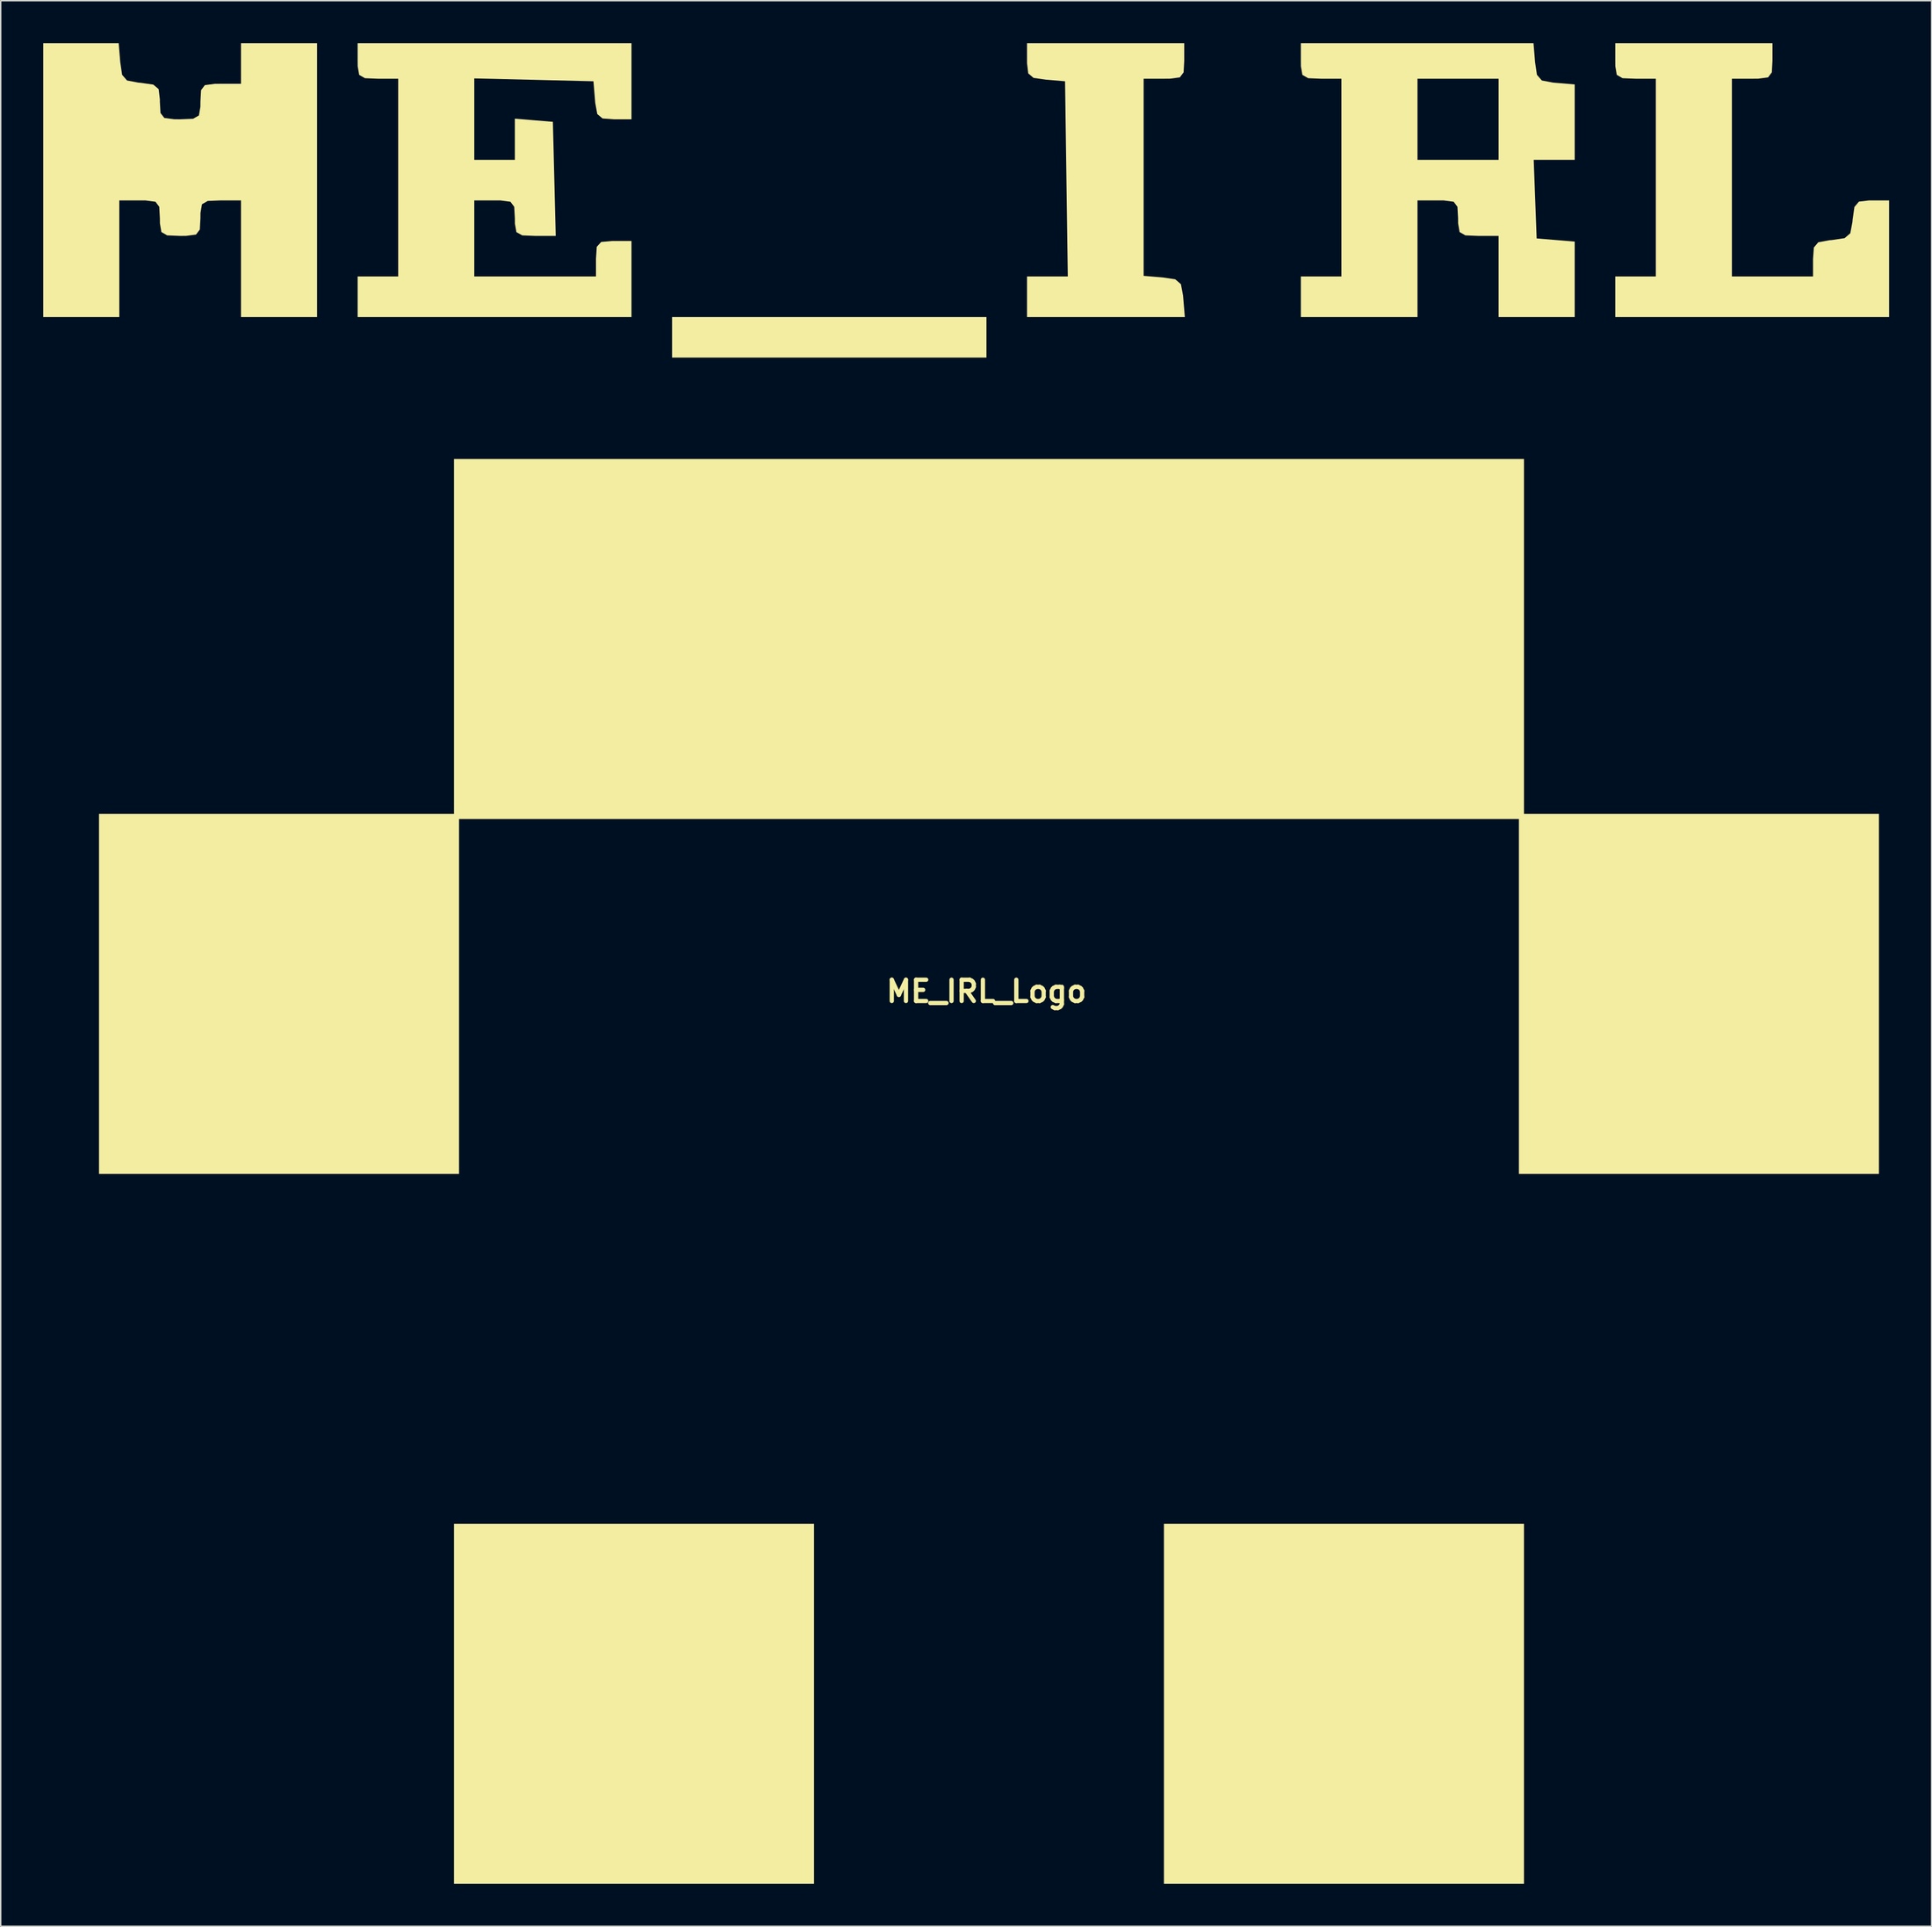
<source format=kicad_pcb>
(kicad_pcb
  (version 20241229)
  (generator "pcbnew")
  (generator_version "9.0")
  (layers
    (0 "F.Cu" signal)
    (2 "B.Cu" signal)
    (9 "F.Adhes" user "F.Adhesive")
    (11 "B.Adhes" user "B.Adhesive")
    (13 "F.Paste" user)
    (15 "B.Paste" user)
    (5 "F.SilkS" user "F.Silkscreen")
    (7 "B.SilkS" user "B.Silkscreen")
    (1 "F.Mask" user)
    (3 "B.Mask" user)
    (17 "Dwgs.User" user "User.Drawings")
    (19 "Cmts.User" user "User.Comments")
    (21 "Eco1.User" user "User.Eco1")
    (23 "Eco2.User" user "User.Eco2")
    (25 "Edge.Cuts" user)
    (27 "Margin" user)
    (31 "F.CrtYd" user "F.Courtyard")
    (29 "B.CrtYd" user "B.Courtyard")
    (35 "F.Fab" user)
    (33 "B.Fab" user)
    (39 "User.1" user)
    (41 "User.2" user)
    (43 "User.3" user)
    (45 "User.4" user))
  (footprint "ME_IRL_Logo"
    (layer "F.Cu")
    (at 66.541 66.899)
    (property "Reference" "ME_IRL_Logo" (at 0 0 0) (layer "F.SilkS") (effects (font (size 1.5 1.5) (thickness 0.3))))
    (attr board_only exclude_from_pos_files exclude_from_bom)
    (fp_poly (pts (xy -12.163 50.263) (xy -12.163 62.963) (xy -24.863 62.963) (xy -37.563 62.963) (xy -37.563 50.263) (xy -37.563 37.563) (xy -24.863 37.563) (xy -12.163 37.563)) (stroke (width 0) (type solid)) (fill yes) (layer "F.SilkS"))
    (fp_poly (pts (xy 0 -46.149) (xy 0 -44.718) (xy -11.09 -44.718) (xy -22.18 -44.718) (xy -22.18 -46.149) (xy -22.18 -47.58) (xy -11.09 -47.58) (xy 0 -47.58)) (stroke (width 0) (type solid)) (fill yes) (layer "F.SilkS"))
    (fp_poly (pts (xy 37.921 50.263) (xy 37.921 62.963) (xy 25.221 62.963) (xy 12.521 62.963) (xy 12.521 50.263) (xy 12.521 37.563) (xy 25.221 37.563) (xy 37.921 37.563)) (stroke (width 0) (type solid)) (fill yes) (layer "F.SilkS"))
    (fp_poly (pts (xy 37.921 -25.042) (xy 37.921 -12.521) (xy 50.442 -12.521) (xy 62.963 -12.521) (xy 62.963 0.179) (xy 62.963 12.879) (xy 50.263 12.879) (xy 37.563 12.879) (xy 37.563 0.358) (xy 37.563 -12.163) (xy 0.179 -12.163) (xy -37.206 -12.163) (xy -37.206 0.358) (xy -37.206 12.879) (xy -49.906 12.879) (xy -62.606 12.879) (xy -62.606 0.179) (xy -62.606 -12.521) (xy -50.085 -12.521) (xy -37.563 -12.521) (xy -37.563 -25.042) (xy -37.563 -37.563) (xy 0.179 -37.563) (xy 37.921 -37.563)) (stroke (width 0) (type solid)) (fill yes) (layer "F.SilkS"))
    (fp_poly (pts (xy 13.952 -65.646) (xy 13.909 -64.845) (xy 13.641 -64.489) (xy 12.943 -64.397) (xy 12.521 -64.394) (xy 11.09 -64.394) (xy 11.09 -57.44) (xy 11.09 -50.485) (xy 12.432 -50.374) (xy 13.317 -50.244) (xy 13.719 -49.898) (xy 13.868 -49.105) (xy 13.884 -48.922) (xy 13.995 -47.58) (xy 8.429 -47.58) (xy 2.862 -47.58) (xy 2.862 -49.011) (xy 2.862 -50.442) (xy 4.301 -50.442) (xy 5.739 -50.442) (xy 5.642 -57.329) (xy 5.545 -64.215) (xy 4.204 -64.327) (xy 3.324 -64.452) (xy 2.948 -64.77) (xy 2.863 -65.493) (xy 2.862 -65.668) (xy 2.862 -66.899) (xy 8.407 -66.899) (xy 13.952 -66.899)) (stroke (width 0) (type solid)) (fill yes) (layer "F.SilkS"))
    (fp_poly (pts (xy 55.451 -65.646) (xy 55.407 -64.845) (xy 55.14 -64.489) (xy 54.442 -64.397) (xy 54.02 -64.394) (xy 52.589 -64.394) (xy 52.589 -57.418) (xy 52.589 -50.442) (xy 55.451 -50.442) (xy 58.313 -50.442) (xy 58.313 -51.673) (xy 58.37 -52.484) (xy 58.683 -52.855) (xy 59.463 -52.998) (xy 59.654 -53.014) (xy 60.54 -53.145) (xy 60.942 -53.491) (xy 61.091 -54.284) (xy 61.107 -54.467) (xy 61.232 -55.346) (xy 61.55 -55.723) (xy 62.273 -55.808) (xy 62.448 -55.808) (xy 63.679 -55.808) (xy 63.679 -51.694) (xy 63.679 -47.58) (xy 54.02 -47.58) (xy 44.361 -47.58) (xy 44.361 -49.011) (xy 44.361 -50.442) (xy 45.792 -50.442) (xy 47.223 -50.442) (xy 47.223 -57.418) (xy 47.223 -64.394) (xy 45.792 -64.394) (xy 44.875 -64.432) (xy 44.468 -64.666) (xy 44.364 -65.277) (xy 44.361 -65.646) (xy 44.361 -66.899) (xy 49.906 -66.899) (xy 55.451 -66.899)) (stroke (width 0) (type solid)) (fill yes) (layer "F.SilkS"))
    (fp_poly (pts (xy -61.107 -65.557) (xy -60.976 -64.671) (xy -60.63 -64.27) (xy -59.837 -64.12) (xy -59.654 -64.104) (xy -58.775 -63.979) (xy -58.399 -63.661) (xy -58.313 -62.938) (xy -58.313 -62.763) (xy -58.268 -61.975) (xy -57.997 -61.625) (xy -57.292 -61.535) (xy -56.882 -61.532) (xy -55.965 -61.57) (xy -55.558 -61.804) (xy -55.454 -62.415) (xy -55.451 -62.785) (xy -55.407 -63.586) (xy -55.14 -63.942) (xy -54.442 -64.034) (xy -54.02 -64.037) (xy -52.589 -64.037) (xy -52.589 -65.468) (xy -52.589 -66.899) (xy -49.906 -66.899) (xy -47.223 -66.899) (xy -47.223 -57.239) (xy -47.223 -47.58) (xy -49.906 -47.58) (xy -52.589 -47.58) (xy -52.589 -51.694) (xy -52.589 -55.808) (xy -54.02 -55.808) (xy -54.936 -55.771) (xy -55.343 -55.536) (xy -55.448 -54.926) (xy -55.451 -54.556) (xy -55.494 -53.755) (xy -55.762 -53.398) (xy -56.459 -53.307) (xy -56.882 -53.304) (xy -57.798 -53.342) (xy -58.205 -53.576) (xy -58.309 -54.187) (xy -58.313 -54.556) (xy -58.356 -55.358) (xy -58.623 -55.714) (xy -59.321 -55.806) (xy -59.744 -55.808) (xy -61.175 -55.808) (xy -61.175 -51.694) (xy -61.175 -47.58) (xy -63.858 -47.58) (xy -66.541 -47.58) (xy -66.541 -57.239) (xy -66.541 -66.899) (xy -63.879 -66.899) (xy -61.218 -66.899)) (stroke (width 0) (type solid)) (fill yes) (layer "F.SilkS"))
    (fp_poly (pts (xy -25.042 -64.215) (xy -25.042 -61.532) (xy -26.273 -61.532) (xy -27.084 -61.59) (xy -27.455 -61.902) (xy -27.598 -62.683) (xy -27.614 -62.874) (xy -27.725 -64.215) (xy -31.929 -64.316) (xy -36.132 -64.417) (xy -36.132 -61.544) (xy -36.132 -58.67) (xy -34.701 -58.67) (xy -33.27 -58.67) (xy -33.27 -60.123) (xy -33.27 -61.576) (xy -31.929 -61.465) (xy -30.587 -61.354) (xy -30.486 -57.329) (xy -30.385 -53.304) (xy -31.828 -53.304) (xy -32.749 -53.341) (xy -33.16 -53.571) (xy -33.267 -54.172) (xy -33.27 -54.556) (xy -33.314 -55.358) (xy -33.581 -55.714) (xy -34.279 -55.806) (xy -34.701 -55.808) (xy -36.132 -55.808) (xy -36.132 -53.125) (xy -36.132 -50.442) (xy -31.839 -50.442) (xy -27.546 -50.442) (xy -27.546 -51.694) (xy -27.491 -52.534) (xy -27.179 -52.878) (xy -26.39 -52.946) (xy -26.294 -52.946) (xy -25.042 -52.946) (xy -25.042 -50.263) (xy -25.042 -47.58) (xy -34.701 -47.58) (xy -44.361 -47.58) (xy -44.361 -49.011) (xy -44.361 -50.442) (xy -42.93 -50.442) (xy -41.499 -50.442) (xy -41.499 -57.418) (xy -41.499 -64.394) (xy -42.93 -64.394) (xy -43.846 -64.432) (xy -44.253 -64.666) (xy -44.357 -65.277) (xy -44.361 -65.646) (xy -44.361 -66.899) (xy -34.701 -66.899) (xy -25.042 -66.899)) (stroke (width 0) (type solid)) (fill yes) (layer "F.SilkS"))
    (fp_poly (pts (xy 38.704 -65.557) (xy 38.835 -64.671) (xy 39.181 -64.27) (xy 39.974 -64.12) (xy 40.157 -64.104) (xy 41.499 -63.993) (xy 41.499 -61.332) (xy 41.499 -58.67) (xy 40.053 -58.67) (xy 38.607 -58.67) (xy 38.711 -55.898) (xy 38.815 -53.125) (xy 40.157 -53.014) (xy 41.499 -52.903) (xy 41.499 -50.242) (xy 41.499 -47.58) (xy 38.815 -47.58) (xy 36.132 -47.58) (xy 36.132 -50.442) (xy 36.132 -53.304) (xy 34.701 -53.304) (xy 33.785 -53.342) (xy 33.378 -53.576) (xy 33.274 -54.187) (xy 33.27 -54.556) (xy 33.227 -55.358) (xy 32.96 -55.714) (xy 32.262 -55.806) (xy 31.839 -55.808) (xy 30.408 -55.808) (xy 30.408 -51.694) (xy 30.408 -47.58) (xy 26.294 -47.58) (xy 22.18 -47.58) (xy 22.18 -49.011) (xy 22.18 -50.442) (xy 23.611 -50.442) (xy 25.042 -50.442) (xy 25.042 -57.418) (xy 25.042 -64.394) (xy 30.408 -64.394) (xy 30.408 -61.532) (xy 30.408 -58.67) (xy 33.27 -58.67) (xy 36.132 -58.67) (xy 36.132 -61.532) (xy 36.132 -64.394) (xy 33.27 -64.394) (xy 30.408 -64.394) (xy 25.042 -64.394) (xy 23.611 -64.394) (xy 22.695 -64.432) (xy 22.288 -64.666) (xy 22.183 -65.277) (xy 22.18 -65.646) (xy 22.18 -66.899) (xy 30.387 -66.899) (xy 38.593 -66.899)) (stroke (width 0) (type solid)) (fill yes) (layer "F.SilkS")))
  (gr_rect
    (start -3 -3)
    (end 133.22 132.862)
    (stroke (width 0.1) (type default))
    (fill no)
    (layer "Edge.Cuts")))
</source>
